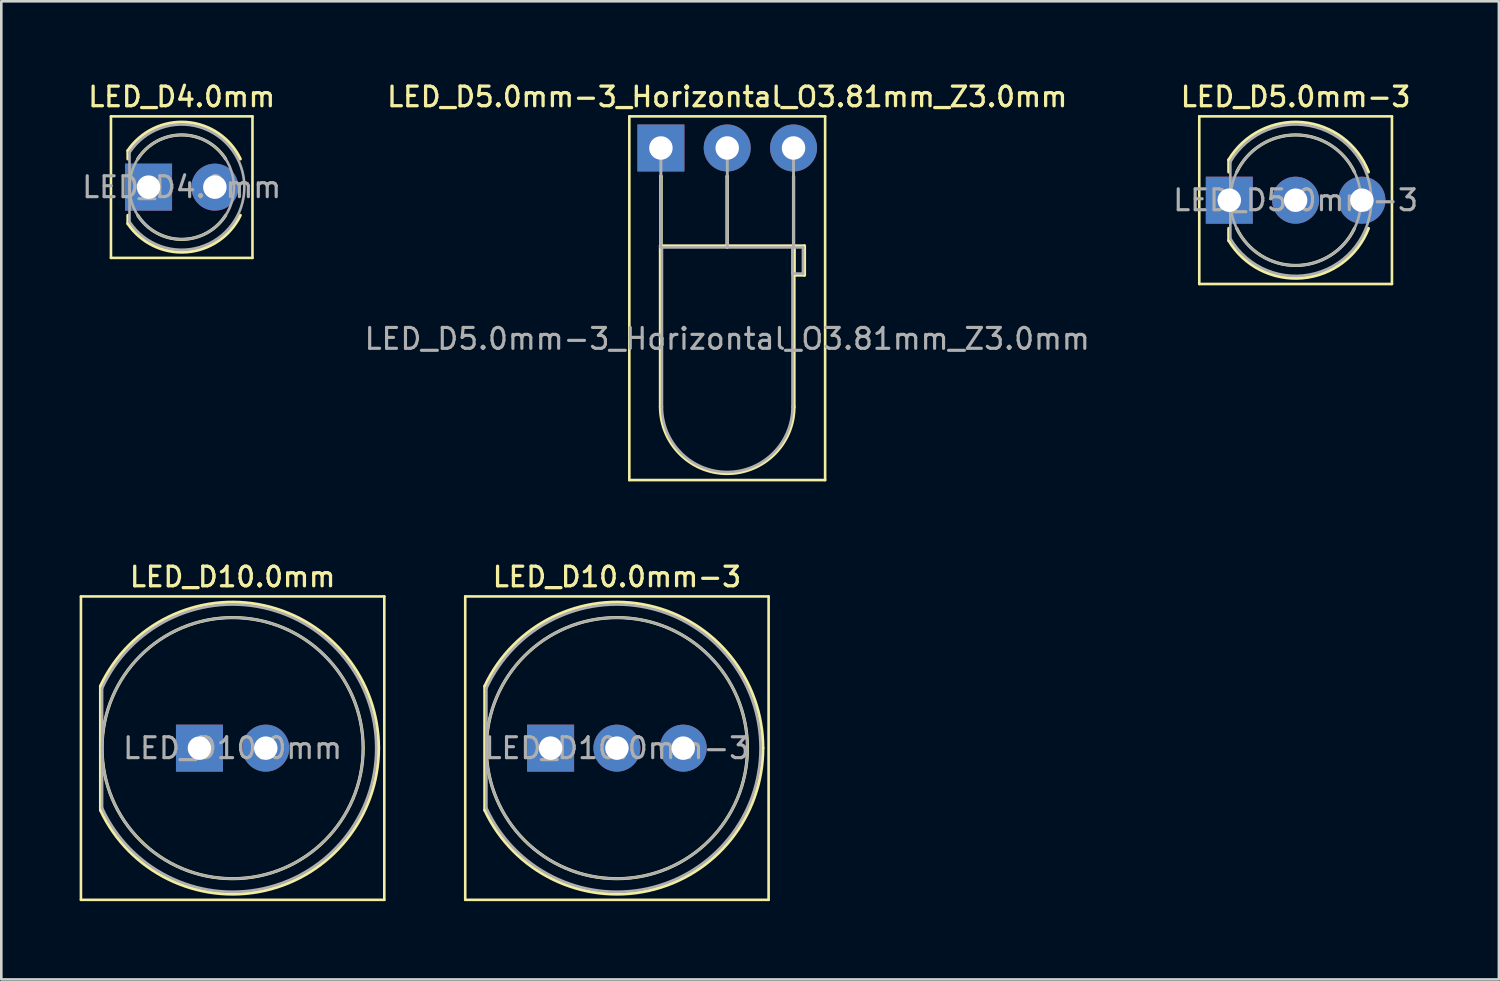
<source format=kicad_pcb>
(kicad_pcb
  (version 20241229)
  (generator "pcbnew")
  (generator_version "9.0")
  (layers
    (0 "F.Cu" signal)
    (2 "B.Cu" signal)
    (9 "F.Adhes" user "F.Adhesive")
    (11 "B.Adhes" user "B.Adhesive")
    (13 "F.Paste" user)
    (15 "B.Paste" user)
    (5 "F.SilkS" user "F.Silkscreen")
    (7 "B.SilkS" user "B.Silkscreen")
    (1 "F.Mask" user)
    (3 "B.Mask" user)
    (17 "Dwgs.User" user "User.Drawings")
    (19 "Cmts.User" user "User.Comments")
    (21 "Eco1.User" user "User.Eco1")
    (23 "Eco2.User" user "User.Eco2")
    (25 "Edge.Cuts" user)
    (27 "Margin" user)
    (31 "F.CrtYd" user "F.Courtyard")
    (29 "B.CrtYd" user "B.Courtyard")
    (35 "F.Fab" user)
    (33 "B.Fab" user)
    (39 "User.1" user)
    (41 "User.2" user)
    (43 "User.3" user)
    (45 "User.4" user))
  (footprint "LED_D10.0mm-3"
    (layer "F.Cu")
    (at 18.04 25.606)
    (property "Reference" "LED_D10.0mm-3" (at 2.54 -6.56 0) (layer "F.SilkS") (effects (font (size 0.75 0.75) (thickness 0.125))))
    (attr through_hole)
    (fp_line (start -3.27 -5.81) (end -3.27 5.81) (stroke (width 0.1) (type solid)) (layer "F.SilkS"))
    (fp_line (start -3.27 5.81) (end 8.35 5.81) (stroke (width 0.1) (type solid)) (layer "F.SilkS"))
    (fp_line (start -2.52 -2.376) (end -2.52 2.376) (stroke (width 0.12) (type solid)) (layer "F.SilkS"))
    (fp_line (start 8.35 -5.81) (end -3.27 -5.81) (stroke (width 0.1) (type solid)) (layer "F.SilkS"))
    (fp_line (start 8.35 5.81) (end 8.35 -5.81) (stroke (width 0.1) (type solid)) (layer "F.SilkS"))
    (fp_arc (start -2.52 -2.375816) (mid 3.757072 -5.455899) (end 8.13 -0.000072) (stroke (width 0.12) (type solid)) (layer "F.SilkS"))
    (fp_arc (start 8.13 0.000072) (mid 3.757072 5.455899) (end -2.52 2.375816) (stroke (width 0.12) (type solid)) (layer "F.SilkS"))
    (fp_circle (center 2.54 0) (end 7.54 0) (stroke (width 0.12) (type solid)) (fill no) (layer "F.SilkS"))
    (fp_line (start -2.46 -2.291) (end -2.46 2.291) (stroke (width 0.1) (type solid)) (layer "F.Fab"))
    (fp_arc (start -2.46 -2.291288) (mid 8.04 -0.00007) (end -2.459942 2.291415) (stroke (width 0.1) (type solid)) (layer "F.Fab"))
    (fp_circle (center 2.54 0) (end 7.54 0) (stroke (width 0.1) (type solid)) (fill no) (layer "F.Fab"))
    (fp_text user "${REFERENCE}" (at 2.54 0 0) (layer "F.Fab") (effects (font (size 0.8 0.8) (thickness 0.12))))
    (pad "1" thru_hole rect (at 0 0) (size 1.8 1.8) (drill 0.9) (layers "*.Cu" "*.Mask"))
    (pad "2" thru_hole circle (at 2.54 0) (size 1.8 1.8) (drill 0.9) (layers "*.Cu" "*.Mask"))
    (pad "3" thru_hole circle (at 5.08 0) (size 1.8 1.8) (drill 0.9) (layers "*.Cu" "*.Mask")))
  (footprint "LED_D4.0mm"
    (layer "F.Cu")
    (at 2.64 4.118)
    (property "Reference" "LED_D4.0mm" (at 1.27 -3.46 0) (layer "F.SilkS") (effects (font (size 0.75 0.75) (thickness 0.125))))
    (attr through_hole)
    (fp_line (start -1.44 -2.71) (end -1.44 2.71) (stroke (width 0.1) (type solid)) (layer "F.SilkS"))
    (fp_line (start -1.44 2.71) (end 3.98 2.71) (stroke (width 0.1) (type solid)) (layer "F.SilkS"))
    (fp_line (start -0.79 -1.399) (end -0.79 -1.08) (stroke (width 0.12) (type solid)) (layer "F.SilkS"))
    (fp_line (start -0.79 1.08) (end -0.79 1.399) (stroke (width 0.12) (type solid)) (layer "F.SilkS"))
    (fp_line (start 3.98 -2.71) (end -1.44 -2.71) (stroke (width 0.1) (type solid)) (layer "F.SilkS"))
    (fp_line (start 3.98 2.71) (end 3.98 -2.71) (stroke (width 0.1) (type solid)) (layer "F.SilkS"))
    (fp_arc (start -0.79 -1.398749) (mid 1.453882 -2.483201) (end 3.513558 -1.080069) (stroke (width 0.12) (type solid)) (layer "F.SilkS"))
    (fp_arc (start -0.41333 -1.08) (mid 1.269966 -2) (end 2.953294 -1.080057) (stroke (width 0.12) (type solid)) (layer "F.SilkS"))
    (fp_arc (start 2.953294 1.080057) (mid 1.269966 2) (end -0.41333 1.08) (stroke (width 0.12) (type solid)) (layer "F.SilkS"))
    (fp_arc (start 3.513558 1.080069) (mid 1.453882 2.483201) (end -0.79 1.398749) (stroke (width 0.12) (type solid)) (layer "F.SilkS"))
    (fp_line (start -0.73 -1.327) (end -0.73 1.327) (stroke (width 0.1) (type solid)) (layer "F.Fab"))
    (fp_arc (start -0.73 -1.32665) (mid 3.67 -0.000041) (end -0.729954 1.326719) (stroke (width 0.1) (type solid)) (layer "F.Fab"))
    (fp_circle (center 1.27 0) (end 3.27 0) (stroke (width 0.1) (type solid)) (fill no) (layer "F.Fab"))
    (fp_text user "${REFERENCE}" (at 1.27 0 0) (layer "F.Fab") (effects (font (size 0.8 0.8) (thickness 0.12))))
    (pad "1" thru_hole rect (at 0 0) (size 1.8 1.8) (drill 0.9) (layers "*.Cu" "*.Mask"))
    (pad "2" thru_hole circle (at 2.54 0) (size 1.8 1.8) (drill 0.9) (layers "*.Cu" "*.Mask")))
  (footprint "LED_D5.0mm-3"
    (layer "F.Cu")
    (at 44.036 4.618)
    (property "Reference" "LED_D5.0mm-3" (at 2.54 -3.96 0) (layer "F.SilkS") (effects (font (size 0.75 0.75) (thickness 0.125))))
    (attr through_hole)
    (fp_line (start -1.15 -3.21) (end -1.15 3.21) (stroke (width 0.1) (type solid)) (layer "F.SilkS"))
    (fp_line (start -1.15 3.21) (end 6.23 3.21) (stroke (width 0.1) (type solid)) (layer "F.SilkS"))
    (fp_line (start -0.02 -1.545) (end -0.02 -1.08) (stroke (width 0.12) (type solid)) (layer "F.SilkS"))
    (fp_line (start -0.02 1.08) (end -0.02 1.545) (stroke (width 0.12) (type solid)) (layer "F.SilkS"))
    (fp_line (start 6.23 -3.21) (end -1.15 -3.21) (stroke (width 0.1) (type solid)) (layer "F.SilkS"))
    (fp_line (start 6.23 3.21) (end 6.23 -3.21) (stroke (width 0.1) (type solid)) (layer "F.SilkS"))
    (fp_arc (start -0.02 -1.54483) (mid 2.798858 -2.978774) (end 5.328107 -1.080075) (stroke (width 0.12) (type solid)) (layer "F.SilkS"))
    (fp_arc (start 0.285316 -1.08) (mid 2.539967 -2.5) (end 4.794656 -1.080059) (stroke (width 0.12) (type solid)) (layer "F.SilkS"))
    (fp_arc (start 4.794656 1.080059) (mid 2.539967 2.5) (end 0.285316 1.08) (stroke (width 0.12) (type solid)) (layer "F.SilkS"))
    (fp_arc (start 5.328107 1.080075) (mid 2.798858 2.978774) (end -0.02 1.54483) (stroke (width 0.12) (type solid)) (layer "F.SilkS"))
    (fp_line (start 0.04 -1.47) (end 0.04 1.47) (stroke (width 0.1) (type solid)) (layer "F.Fab"))
    (fp_arc (start 0.04 -1.469694) (mid 5.44 -0.000045) (end 0.040046 1.469772) (stroke (width 0.1) (type solid)) (layer "F.Fab"))
    (fp_circle (center 2.54 0) (end 5.04 0) (stroke (width 0.1) (type solid)) (fill no) (layer "F.Fab"))
    (fp_text user "${REFERENCE}" (at 2.54 0 0) (layer "F.Fab") (effects (font (size 0.8 0.8) (thickness 0.12))))
    (pad "1" thru_hole rect (at 0 0) (size 1.8 1.8) (drill 0.9) (layers "*.Cu" "*.Mask"))
    (pad "2" thru_hole circle (at 2.54 0) (size 1.8 1.8) (drill 0.9) (layers "*.Cu" "*.Mask"))
    (pad "3" thru_hole circle (at 5.08 0) (size 1.8 1.8) (drill 0.9) (layers "*.Cu" "*.Mask")))
  (footprint "LED_D5.0mm-3_Horizontal_O3.81mm_Z3.0mm"
    (layer "F.Cu")
    (at 22.265 2.618)
    (property "Reference" "LED_D5.0mm-3_Horizontal_O3.81mm_Z3.0mm" (at 2.54 -1.96 0) (layer "F.SilkS") (effects (font (size 0.75 0.75) (thickness 0.125))))
    (attr through_hole)
    (fp_line (start -1.21 -1.21) (end -1.21 12.72) (stroke (width 0.1) (type solid)) (layer "F.SilkS"))
    (fp_line (start -1.21 12.72) (end 6.29 12.72) (stroke (width 0.1) (type solid)) (layer "F.SilkS"))
    (fp_line (start -0.02 3.75) (end -0.02 9.91) (stroke (width 0.12) (type solid)) (layer "F.SilkS"))
    (fp_line (start -0.02 3.75) (end 5.1 3.75) (stroke (width 0.12) (type solid)) (layer "F.SilkS"))
    (fp_line (start 0 1.08) (end 0 1.08) (stroke (width 0.12) (type solid)) (layer "F.SilkS"))
    (fp_line (start 0 1.08) (end 0 3.75) (stroke (width 0.12) (type solid)) (layer "F.SilkS"))
    (fp_line (start 0 3.75) (end 0 1.08) (stroke (width 0.12) (type solid)) (layer "F.SilkS"))
    (fp_line (start 0 3.75) (end 0 3.75) (stroke (width 0.12) (type solid)) (layer "F.SilkS"))
    (fp_line (start 2.54 1.08) (end 2.54 1.08) (stroke (width 0.12) (type solid)) (layer "F.SilkS"))
    (fp_line (start 2.54 1.08) (end 2.54 3.75) (stroke (width 0.12) (type solid)) (layer "F.SilkS"))
    (fp_line (start 2.54 3.75) (end 2.54 1.08) (stroke (width 0.12) (type solid)) (layer "F.SilkS"))
    (fp_line (start 2.54 3.75) (end 2.54 3.75) (stroke (width 0.12) (type solid)) (layer "F.SilkS"))
    (fp_line (start 5.08 1.08) (end 5.08 1.08) (stroke (width 0.12) (type solid)) (layer "F.SilkS"))
    (fp_line (start 5.08 1.08) (end 5.08 3.75) (stroke (width 0.12) (type solid)) (layer "F.SilkS"))
    (fp_line (start 5.08 3.75) (end 5.08 1.08) (stroke (width 0.12) (type solid)) (layer "F.SilkS"))
    (fp_line (start 5.08 3.75) (end 5.08 3.75) (stroke (width 0.12) (type solid)) (layer "F.SilkS"))
    (fp_line (start 5.1 3.75) (end 5.1 9.91) (stroke (width 0.12) (type solid)) (layer "F.SilkS"))
    (fp_line (start 5.1 3.75) (end 5.5 3.75) (stroke (width 0.12) (type solid)) (layer "F.SilkS"))
    (fp_line (start 5.1 4.87) (end 5.1 3.75) (stroke (width 0.12) (type solid)) (layer "F.SilkS"))
    (fp_line (start 5.5 3.75) (end 5.5 4.87) (stroke (width 0.12) (type solid)) (layer "F.SilkS"))
    (fp_line (start 5.5 4.87) (end 5.1 4.87) (stroke (width 0.12) (type solid)) (layer "F.SilkS"))
    (fp_line (start 6.29 -1.21) (end -1.21 -1.21) (stroke (width 0.1) (type solid)) (layer "F.SilkS"))
    (fp_line (start 6.29 12.72) (end 6.29 -1.21) (stroke (width 0.1) (type solid)) (layer "F.SilkS"))
    (fp_arc (start 5.1 9.91) (mid 2.54 12.47) (end -0.02 9.91) (stroke (width 0.12) (type solid)) (layer "F.SilkS"))
    (fp_line (start 0 0) (end 0 0) (stroke (width 0.1) (type solid)) (layer "F.Fab"))
    (fp_line (start 0 0) (end 0 3.81) (stroke (width 0.1) (type solid)) (layer "F.Fab"))
    (fp_line (start 0 3.81) (end 0 0) (stroke (width 0.1) (type solid)) (layer "F.Fab"))
    (fp_line (start 0 3.81) (end 0 3.81) (stroke (width 0.1) (type solid)) (layer "F.Fab"))
    (fp_line (start 0.04 3.81) (end 0.04 9.91) (stroke (width 0.1) (type solid)) (layer "F.Fab"))
    (fp_line (start 0.04 3.81) (end 5.04 3.81) (stroke (width 0.1) (type solid)) (layer "F.Fab"))
    (fp_line (start 2.54 0) (end 2.54 0) (stroke (width 0.1) (type solid)) (layer "F.Fab"))
    (fp_line (start 2.54 0) (end 2.54 3.81) (stroke (width 0.1) (type solid)) (layer "F.Fab"))
    (fp_line (start 2.54 3.81) (end 2.54 0) (stroke (width 0.1) (type solid)) (layer "F.Fab"))
    (fp_line (start 2.54 3.81) (end 2.54 3.81) (stroke (width 0.1) (type solid)) (layer "F.Fab"))
    (fp_line (start 5.04 3.81) (end 5.04 9.91) (stroke (width 0.1) (type solid)) (layer "F.Fab"))
    (fp_line (start 5.04 3.81) (end 5.44 3.81) (stroke (width 0.1) (type solid)) (layer "F.Fab"))
    (fp_line (start 5.04 4.81) (end 5.04 3.81) (stroke (width 0.1) (type solid)) (layer "F.Fab"))
    (fp_line (start 5.08 0) (end 5.08 0) (stroke (width 0.1) (type solid)) (layer "F.Fab"))
    (fp_line (start 5.08 0) (end 5.08 3.81) (stroke (width 0.1) (type solid)) (layer "F.Fab"))
    (fp_line (start 5.08 3.81) (end 5.08 0) (stroke (width 0.1) (type solid)) (layer "F.Fab"))
    (fp_line (start 5.08 3.81) (end 5.08 3.81) (stroke (width 0.1) (type solid)) (layer "F.Fab"))
    (fp_line (start 5.44 3.81) (end 5.44 4.81) (stroke (width 0.1) (type solid)) (layer "F.Fab"))
    (fp_line (start 5.44 4.81) (end 5.04 4.81) (stroke (width 0.1) (type solid)) (layer "F.Fab"))
    (fp_arc (start 5.04 9.91) (mid 2.54 12.41) (end 0.04 9.91) (stroke (width 0.1) (type solid)) (layer "F.Fab"))
    (fp_text user "${REFERENCE}" (at 2.54 7.31 0) (layer "F.Fab") (effects (font (size 0.8 0.8) (thickness 0.12))))
    (pad "1" thru_hole rect (at 0 0) (size 1.8 1.8) (drill 0.9) (layers "*.Cu" "*.Mask"))
    (pad "2" thru_hole circle (at 2.54 0) (size 1.8 1.8) (drill 0.9) (layers "*.Cu" "*.Mask"))
    (pad "3" thru_hole circle (at 5.08 0) (size 1.8 1.8) (drill 0.9) (layers "*.Cu" "*.Mask")))
  (footprint "LED_D10.0mm"
    (layer "F.Cu")
    (at 4.59 25.606)
    (property "Reference" "LED_D10.0mm" (at 1.27 -6.56 0) (layer "F.SilkS") (effects (font (size 0.75 0.75) (thickness 0.125))))
    (attr through_hole)
    (fp_line (start -4.54 -5.81) (end -4.54 5.81) (stroke (width 0.1) (type solid)) (layer "F.SilkS"))
    (fp_line (start -4.54 5.81) (end 7.08 5.81) (stroke (width 0.1) (type solid)) (layer "F.SilkS"))
    (fp_line (start -3.79 -2.376) (end -3.79 2.376) (stroke (width 0.12) (type solid)) (layer "F.SilkS"))
    (fp_line (start 7.08 -5.81) (end -4.54 -5.81) (stroke (width 0.1) (type solid)) (layer "F.SilkS"))
    (fp_line (start 7.08 5.81) (end 7.08 -5.81) (stroke (width 0.1) (type solid)) (layer "F.SilkS"))
    (fp_arc (start -3.79 -2.375816) (mid 2.487072 -5.455899) (end 6.86 -0.000072) (stroke (width 0.12) (type solid)) (layer "F.SilkS"))
    (fp_arc (start 6.86 0.000072) (mid 2.487072 5.455899) (end -3.79 2.375816) (stroke (width 0.12) (type solid)) (layer "F.SilkS"))
    (fp_circle (center 1.27 0) (end 6.27 0) (stroke (width 0.12) (type solid)) (fill no) (layer "F.SilkS"))
    (fp_line (start -3.73 -2.291) (end -3.73 2.291) (stroke (width 0.1) (type solid)) (layer "F.Fab"))
    (fp_arc (start -3.73 -2.291288) (mid 6.77 -0.00007) (end -3.729942 2.291415) (stroke (width 0.1) (type solid)) (layer "F.Fab"))
    (fp_circle (center 1.27 0) (end 6.27 0) (stroke (width 0.1) (type solid)) (fill no) (layer "F.Fab"))
    (fp_text user "${REFERENCE}" (at 1.27 0 0) (layer "F.Fab") (effects (font (size 0.8 0.8) (thickness 0.12))))
    (pad "1" thru_hole rect (at 0 0) (size 1.8 1.8) (drill 0.9) (layers "*.Cu" "*.Mask"))
    (pad "2" thru_hole circle (at 2.54 0) (size 1.8 1.8) (drill 0.9) (layers "*.Cu" "*.Mask")))
  (gr_rect
    (start -3 -3)
    (end 54.362 34.466)
    (stroke (width 0.1) (type default))
    (fill no)
    (layer "Edge.Cuts")))
</source>
